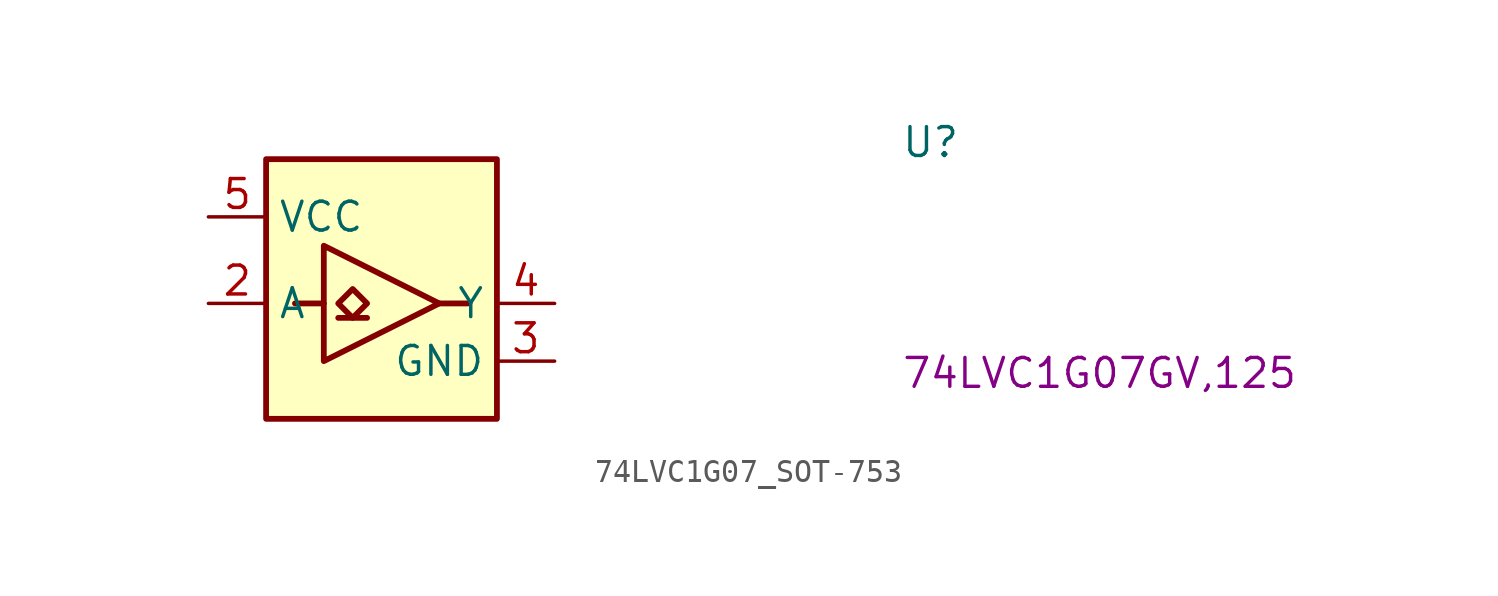
<source format=kicad_sym>
(kicad_symbol_lib
  (version 20220914)
  (generator kicad_symbol_editor)
  (symbol "74LVC1G07_SOT-753"
    (property "Reference" "U"
      (at 30.48 2.54 0)
      (effects (font (size 1.27 1.27) (thickness 0.15)) (justify left bottom)))
    (property "MPN" "74LVC1G07GV,125"
      (at 30.48 -7.62 0)
      (effects (font (size 1.27 1.27) (thickness 0.15)) (justify left bottom)))
    (symbol "74LVC1G07_SOT-753_1_1"
      (polyline (pts (xy 5.08 -3.81) (xy 3.81 -3.81)) (stroke (width 0.254) (type default)) (fill (type background)))
      (polyline (pts (xy 5.715 -4.445) (xy 6.985 -4.445)) (stroke (width 0.254) (type default)) (fill (type background)))
      (polyline (pts (xy 10.16 -3.81) (xy 11.43 -3.81)) (stroke (width 0.254) (type default)) (fill (type background)))
      (polyline (pts (xy 5.08 -1.27) (xy 5.08 -6.35) (xy 10.16 -3.81) (xy 5.08 -1.27)) (stroke (width 0.254) (type default)) (fill (type background)))
      (polyline (pts (xy 6.35 -3.175) (xy 5.715 -3.81) (xy 6.35 -4.445) (xy 6.985 -3.81) (xy 6.35 -3.175)) (stroke (width 0.254) (type default)) (fill (type background)))
      (rectangle (start 2.54 2.54) (end 12.7 -8.89) (stroke (width 0.254) (type default)) (fill (type background)))
      (pin no_connect line (at 2.54 -6.35 0) (length 2.54) hide (name "NC" (effects (font (size 1.27 1.27)))) (number "1" (effects (font (size 1.27 1.27)))))
      (pin input line (at 0 -3.81 0) (length 2.54) (name "A" (effects (font (size 1.27 1.27)))) (number "2" (effects (font (size 1.27 1.27)))))
      (pin power_in line (at 15.24 -6.35 180) (length 2.54) (name "GND" (effects (font (size 1.27 1.27)))) (number "3" (effects (font (size 1.27 1.27)))))
      (pin output line (at 15.24 -3.81 180) (length 2.54) (name "Y" (effects (font (size 1.27 1.27)))) (number "4" (effects (font (size 1.27 1.27)))))
      (pin power_in line (at 0 0 0) (length 2.54) (name "VCC" (effects (font (size 1.27 1.27)))) (number "5" (effects (font (size 1.27 1.27))))))))
</source>
